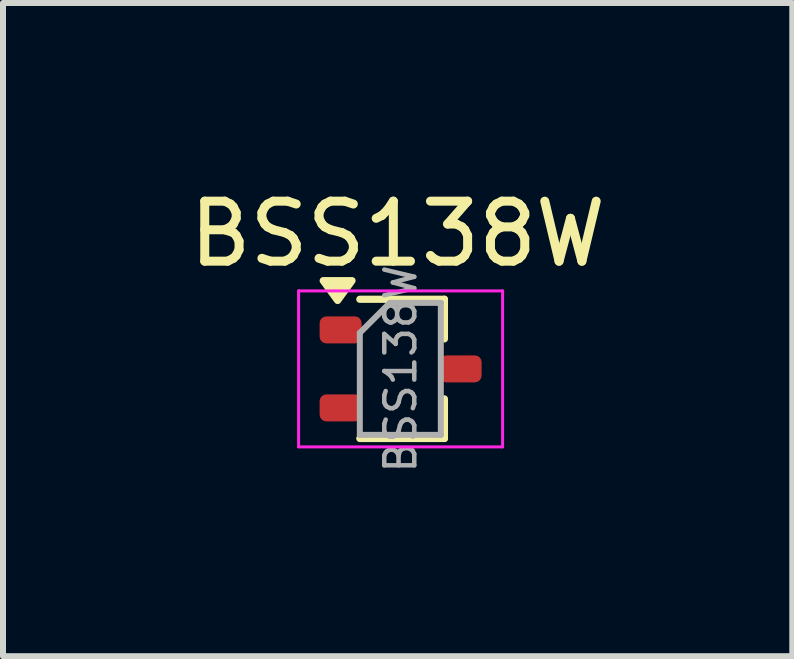
<source format=kicad_pcb>
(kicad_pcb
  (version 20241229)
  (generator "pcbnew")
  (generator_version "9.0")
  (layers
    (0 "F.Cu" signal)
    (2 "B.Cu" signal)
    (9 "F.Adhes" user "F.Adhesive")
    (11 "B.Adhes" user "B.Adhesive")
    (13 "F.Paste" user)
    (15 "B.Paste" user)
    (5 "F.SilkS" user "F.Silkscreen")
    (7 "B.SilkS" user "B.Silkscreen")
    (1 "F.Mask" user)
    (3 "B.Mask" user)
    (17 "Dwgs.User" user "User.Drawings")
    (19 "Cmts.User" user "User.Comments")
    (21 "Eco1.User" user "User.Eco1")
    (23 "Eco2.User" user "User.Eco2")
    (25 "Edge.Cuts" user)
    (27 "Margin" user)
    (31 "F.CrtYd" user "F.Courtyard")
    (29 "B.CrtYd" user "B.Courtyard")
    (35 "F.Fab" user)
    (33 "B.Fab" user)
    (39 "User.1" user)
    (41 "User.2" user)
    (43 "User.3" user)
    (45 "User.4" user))
  (footprint "BSS138W"
    (layer "F.Cu")
    (at 3.627 3.098)
    (property "Reference" "BSS138W" (at -0.05 -2.25 0) (layer "F.SilkS") (effects (font (size 1 1) (thickness 0.15))))
    (attr smd)
    (fp_line (start -0.68 -1.16) (end 0.73 -1.16) (stroke (width 0.12) (type solid)) (layer "F.SilkS"))
    (fp_line (start -0.68 1.16) (end 0.73 1.16) (stroke (width 0.12) (type solid)) (layer "F.SilkS"))
    (fp_line (start 0.73 -1.16) (end 0.73 -0.5) (stroke (width 0.12) (type solid)) (layer "F.SilkS"))
    (fp_line (start 0.73 0.5) (end 0.73 1.16) (stroke (width 0.12) (type solid)) (layer "F.SilkS"))
    (fp_poly (pts (xy -1.05 -1.14) (xy -1.29 -1.47) (xy -0.81 -1.47) (xy -1.05 -1.14)) (stroke (width 0.12) (type solid)) (fill yes) (layer "F.SilkS"))
    (fp_line (start -1.7 -1.3) (end 1.7 -1.3) (stroke (width 0.05) (type solid)) (layer "F.CrtYd"))
    (fp_line (start -1.7 1.3) (end -1.7 -1.3) (stroke (width 0.05) (type solid)) (layer "F.CrtYd"))
    (fp_line (start 1.7 -1.3) (end 1.7 1.3) (stroke (width 0.05) (type solid)) (layer "F.CrtYd"))
    (fp_line (start 1.7 1.3) (end -1.7 1.3) (stroke (width 0.05) (type solid)) (layer "F.CrtYd"))
    (fp_line (start -0.68 -0.6) (end -0.68 1.1) (stroke (width 0.1) (type solid)) (layer "F.Fab"))
    (fp_line (start -0.18 -1.1) (end -0.68 -0.6) (stroke (width 0.1) (type solid)) (layer "F.Fab"))
    (fp_line (start 0.67 -1.1) (end -0.18 -1.1) (stroke (width 0.1) (type solid)) (layer "F.Fab"))
    (fp_line (start 0.67 -1.1) (end 0.67 1.1) (stroke (width 0.1) (type solid)) (layer "F.Fab"))
    (fp_line (start 0.67 1.1) (end -0.68 1.1) (stroke (width 0.1) (type solid)) (layer "F.Fab"))
    (fp_text user "${REFERENCE}" (at 0 0 90) (layer "F.Fab") (effects (font (size 0.5 0.5) (thickness 0.075))))
    (pad "1" smd roundrect (at -1 -0.65 270) (size 0.45 0.7) (layers "F.Cu" "F.Mask" "F.Paste") (roundrect_rratio 0.25))
    (pad "2" smd roundrect (at -1 0.65 270) (size 0.45 0.7) (layers "F.Cu" "F.Mask" "F.Paste") (roundrect_rratio 0.25))
    (pad "3" smd roundrect (at 1 0 270) (size 0.45 0.7) (layers "F.Cu" "F.Mask" "F.Paste") (roundrect_rratio 0.25)))
  (gr_rect
    (start -3 -3)
    (end 10.155 7.887)
    (stroke (width 0.1) (type default))
    (fill no)
    (layer "Edge.Cuts")))
</source>
